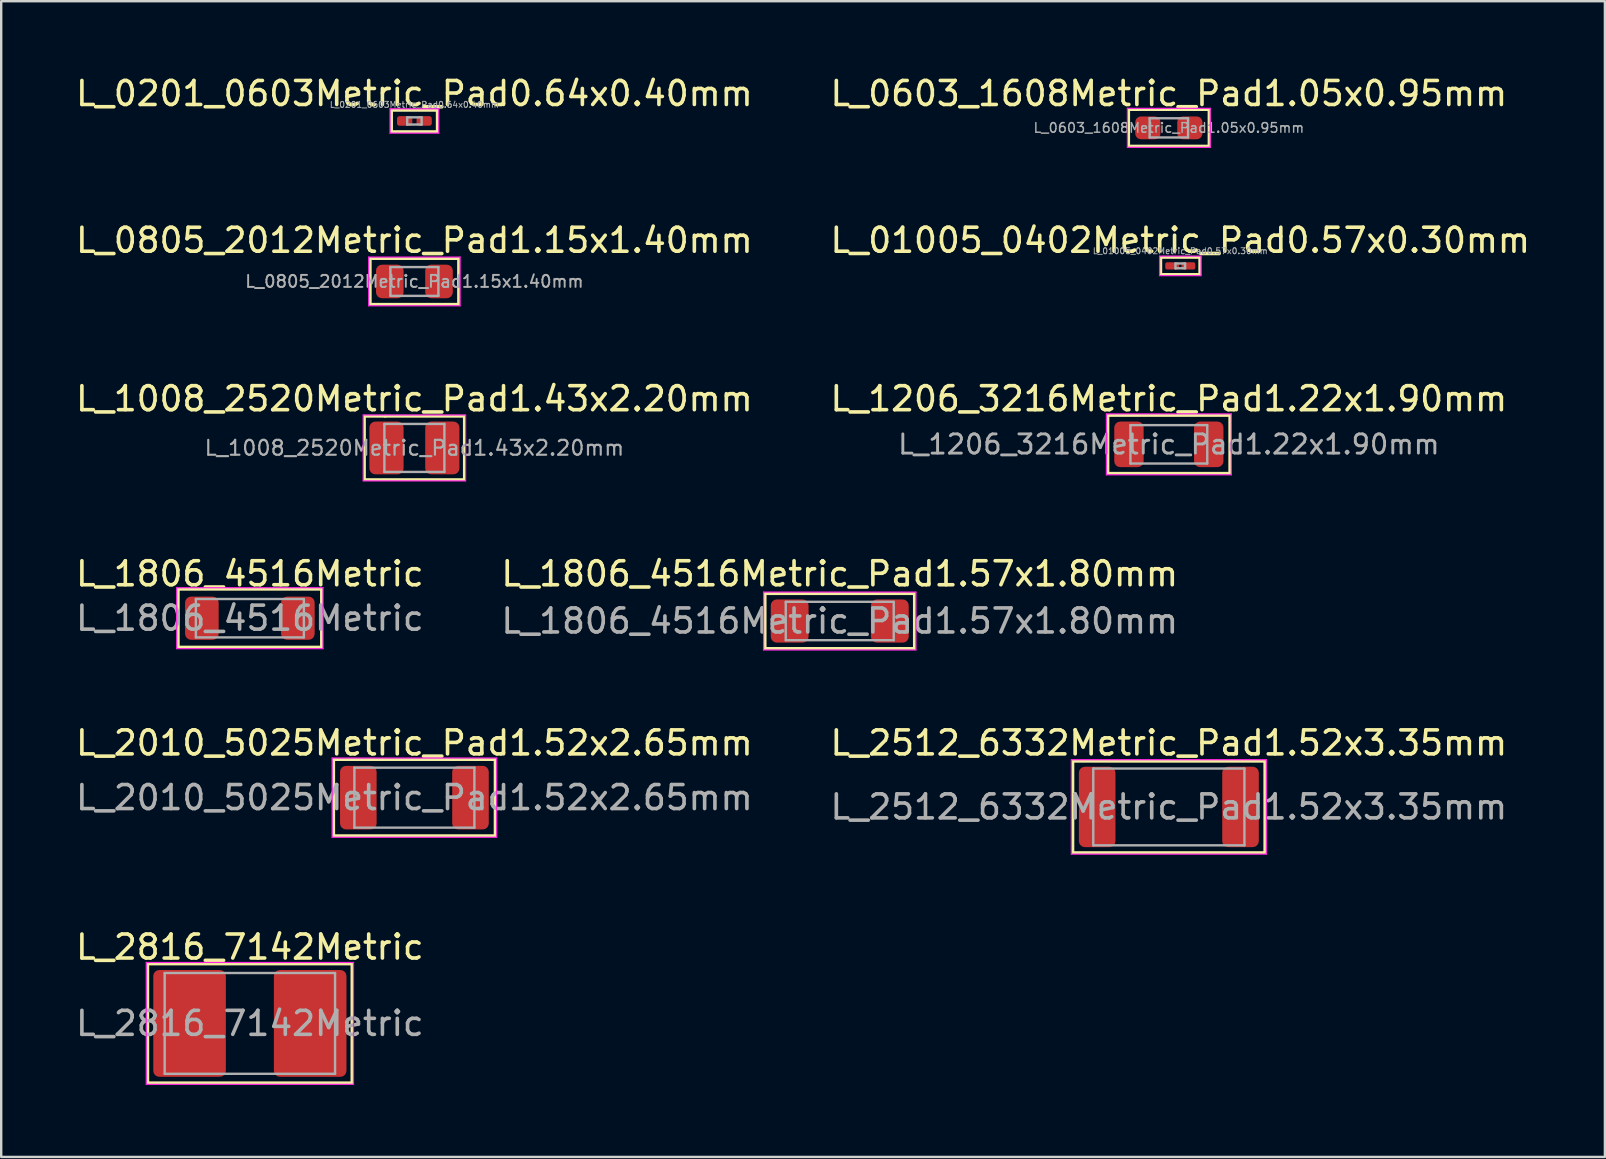
<source format=kicad_pcb>
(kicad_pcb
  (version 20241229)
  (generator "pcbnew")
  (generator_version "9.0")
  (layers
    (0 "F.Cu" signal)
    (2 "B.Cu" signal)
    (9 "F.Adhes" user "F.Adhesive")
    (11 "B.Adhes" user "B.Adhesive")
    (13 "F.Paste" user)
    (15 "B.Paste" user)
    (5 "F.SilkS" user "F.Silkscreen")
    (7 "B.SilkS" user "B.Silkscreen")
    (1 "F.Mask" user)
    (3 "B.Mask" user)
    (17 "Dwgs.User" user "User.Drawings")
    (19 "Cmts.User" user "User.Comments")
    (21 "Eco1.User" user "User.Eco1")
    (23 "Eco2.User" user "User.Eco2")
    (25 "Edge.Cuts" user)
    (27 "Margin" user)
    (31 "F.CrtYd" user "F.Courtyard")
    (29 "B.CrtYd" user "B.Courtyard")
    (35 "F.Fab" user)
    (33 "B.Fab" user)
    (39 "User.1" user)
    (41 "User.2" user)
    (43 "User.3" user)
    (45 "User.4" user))
  (footprint "L_2816_7142Metric"
    (layer "F.Cu")
    (at 7.363 39.6)
    (property "Reference" "L_2816_7142Metric" (at 0 -3.18 0) (layer "F.SilkS") (effects (font (size 1 1) (thickness 0.15))))
    (attr smd)
    (fp_line (start -4.255 -2.477) (end 4.255 -2.477) (stroke (width 0.12) (type solid)) (layer "F.SilkS"))
    (fp_line (start -4.255 2.477) (end -4.255 -2.477) (stroke (width 0.12) (type solid)) (layer "F.SilkS"))
    (fp_line (start 4.255 -2.477) (end 4.255 2.477) (stroke (width 0.12) (type solid)) (layer "F.SilkS"))
    (fp_line (start 4.255 2.477) (end -4.255 2.477) (stroke (width 0.12) (type solid)) (layer "F.SilkS"))
    (fp_line (start -4.318 -2.54) (end 4.318 -2.54) (stroke (width 0.05) (type solid)) (layer "F.CrtYd"))
    (fp_line (start -4.318 2.54) (end -4.318 -2.54) (stroke (width 0.05) (type solid)) (layer "F.CrtYd"))
    (fp_line (start 4.318 -2.54) (end 4.318 2.54) (stroke (width 0.05) (type solid)) (layer "F.CrtYd"))
    (fp_line (start 4.318 2.54) (end -4.318 2.54) (stroke (width 0.05) (type solid)) (layer "F.CrtYd"))
    (fp_line (start -3.55 -2.1) (end 3.55 -2.1) (stroke (width 0.1) (type solid)) (layer "F.Fab"))
    (fp_line (start -3.55 2.1) (end -3.55 -2.1) (stroke (width 0.1) (type solid)) (layer "F.Fab"))
    (fp_line (start 3.55 -2.1) (end 3.55 2.1) (stroke (width 0.1) (type solid)) (layer "F.Fab"))
    (fp_line (start 3.55 2.1) (end -3.55 2.1) (stroke (width 0.1) (type solid)) (layer "F.Fab"))
    (fp_text user "${REFERENCE}" (at 0 0 0) (layer "F.Fab") (effects (font (size 1 1) (thickness 0.15))))
    (pad "1" smd roundrect (at -2.513 0) (size 3.025 4.45) (layers "F.Cu" "F.Mask" "F.Paste") (roundrect_rratio 0.083))
    (pad "2" smd roundrect (at 2.513 0) (size 3.025 4.45) (layers "F.Cu" "F.Mask" "F.Paste") (roundrect_rratio 0.083)))
  (footprint "L_01005_0402Metric_Pad0.57x0.30mm"
    (layer "F.Cu")
    (at 46.137 8.031)
    (property "Reference" "L_01005_0402Metric_Pad0.57x0.30mm" (at 0 -1.067 0) (layer "F.SilkS") (effects (font (size 1 1) (thickness 0.15))))
    (attr smd)
    (fp_line (start -0.813 -0.356) (end 0.813 -0.356) (stroke (width 0.12) (type solid)) (layer "F.SilkS"))
    (fp_line (start -0.813 0.356) (end -0.813 -0.356) (stroke (width 0.12) (type solid)) (layer "F.SilkS"))
    (fp_line (start 0.813 -0.356) (end 0.813 0.356) (stroke (width 0.12) (type solid)) (layer "F.SilkS"))
    (fp_line (start 0.813 0.356) (end -0.813 0.356) (stroke (width 0.12) (type solid)) (layer "F.SilkS"))
    (fp_line (start -0.864 -0.406) (end 0.864 -0.406) (stroke (width 0.05) (type solid)) (layer "F.CrtYd"))
    (fp_line (start -0.864 0.406) (end -0.864 -0.406) (stroke (width 0.05) (type solid)) (layer "F.CrtYd"))
    (fp_line (start 0.864 -0.406) (end 0.864 0.406) (stroke (width 0.05) (type solid)) (layer "F.CrtYd"))
    (fp_line (start 0.864 0.406) (end -0.864 0.406) (stroke (width 0.05) (type solid)) (layer "F.CrtYd"))
    (fp_line (start -0.2 -0.1) (end 0.2 -0.1) (stroke (width 0.1) (type solid)) (layer "F.Fab"))
    (fp_line (start -0.2 0.1) (end -0.2 -0.1) (stroke (width 0.1) (type solid)) (layer "F.Fab"))
    (fp_line (start 0.2 -0.1) (end 0.2 0.1) (stroke (width 0.1) (type solid)) (layer "F.Fab"))
    (fp_line (start 0.2 0.1) (end -0.2 0.1) (stroke (width 0.1) (type solid)) (layer "F.Fab"))
    (fp_text user "${REFERENCE}" (at 0 -0.62 0) (layer "F.Fab") (effects (font (size 0.25 0.25) (thickness 0.04))))
    (pad "" smd roundrect (at -0.362 0) (size 0.41 0.27) (layers "F.Paste") (roundrect_rratio 0.25))
    (pad "" smd roundrect (at 0.362 0) (size 0.41 0.27) (layers "F.Paste") (roundrect_rratio 0.25))
    (pad "1" smd roundrect (at -0.338 0) (size 0.575 0.3) (layers "F.Cu" "F.Mask") (roundrect_rratio 0.25))
    (pad "2" smd roundrect (at 0.338 0) (size 0.575 0.3) (layers "F.Cu" "F.Mask") (roundrect_rratio 0.25)))
  (footprint "L_1806_4516Metric"
    (layer "F.Cu")
    (at 7.363 22.713)
    (property "Reference" "L_1806_4516Metric" (at 0 -1.85 0) (layer "F.SilkS") (effects (font (size 1 1) (thickness 0.15))))
    (attr smd)
    (fp_line (start -2.985 -1.206) (end 2.985 -1.206) (stroke (width 0.12) (type solid)) (layer "F.SilkS"))
    (fp_line (start -2.985 1.206) (end -2.985 -1.206) (stroke (width 0.12) (type solid)) (layer "F.SilkS"))
    (fp_line (start 2.985 -1.206) (end 2.985 1.206) (stroke (width 0.12) (type solid)) (layer "F.SilkS"))
    (fp_line (start 2.985 1.206) (end -2.985 1.206) (stroke (width 0.12) (type solid)) (layer "F.SilkS"))
    (fp_line (start -3.048 -1.27) (end 3.048 -1.27) (stroke (width 0.05) (type solid)) (layer "F.CrtYd"))
    (fp_line (start -3.048 1.27) (end -3.048 -1.27) (stroke (width 0.05) (type solid)) (layer "F.CrtYd"))
    (fp_line (start 3.048 -1.27) (end 3.048 1.27) (stroke (width 0.05) (type solid)) (layer "F.CrtYd"))
    (fp_line (start 3.048 1.27) (end -3.048 1.27) (stroke (width 0.05) (type solid)) (layer "F.CrtYd"))
    (fp_line (start -2.25 -0.8) (end 2.25 -0.8) (stroke (width 0.1) (type solid)) (layer "F.Fab"))
    (fp_line (start -2.25 0.8) (end -2.25 -0.8) (stroke (width 0.1) (type solid)) (layer "F.Fab"))
    (fp_line (start 2.25 -0.8) (end 2.25 0.8) (stroke (width 0.1) (type solid)) (layer "F.Fab"))
    (fp_line (start 2.25 0.8) (end -2.25 0.8) (stroke (width 0.1) (type solid)) (layer "F.Fab"))
    (fp_text user "${REFERENCE}" (at 0 0 0) (layer "F.Fab") (effects (font (size 1 1) (thickness 0.15))))
    (pad "1" smd roundrect (at -2 0) (size 1.4 1.8) (layers "F.Cu" "F.Mask" "F.Paste") (roundrect_rratio 0.179))
    (pad "2" smd roundrect (at 2 0) (size 1.4 1.8) (layers "F.Cu" "F.Mask" "F.Paste") (roundrect_rratio 0.179)))
  (footprint "L_1008_2520Metric_Pad1.43x2.20mm"
    (layer "F.Cu")
    (at 14.22 15.618)
    (property "Reference" "L_1008_2520Metric_Pad1.43x2.20mm" (at 0 -2.05 0) (layer "F.SilkS") (effects (font (size 1 1) (thickness 0.15))))
    (attr smd)
    (fp_line (start -2.083 -1.321) (end -1.219 -1.321) (stroke (width 0.12) (type solid)) (layer "F.SilkS"))
    (fp_line (start -2.083 1.321) (end -2.083 -1.321) (stroke (width 0.12) (type solid)) (layer "F.SilkS"))
    (fp_line (start -1.219 -1.321) (end 2.083 -1.321) (stroke (width 0.12) (type solid)) (layer "F.SilkS"))
    (fp_line (start 2.083 -1.321) (end 2.083 1.321) (stroke (width 0.12) (type solid)) (layer "F.SilkS"))
    (fp_line (start 2.083 1.321) (end -2.083 1.321) (stroke (width 0.12) (type solid)) (layer "F.SilkS"))
    (fp_line (start -2.134 -1.372) (end 2.134 -1.372) (stroke (width 0.05) (type solid)) (layer "F.CrtYd"))
    (fp_line (start -2.134 1.372) (end -2.134 -1.372) (stroke (width 0.05) (type solid)) (layer "F.CrtYd"))
    (fp_line (start 2.134 -1.372) (end 2.134 1.372) (stroke (width 0.05) (type solid)) (layer "F.CrtYd"))
    (fp_line (start 2.134 1.372) (end -2.134 1.372) (stroke (width 0.05) (type solid)) (layer "F.CrtYd"))
    (fp_line (start -1.25 -1) (end 1.25 -1) (stroke (width 0.1) (type solid)) (layer "F.Fab"))
    (fp_line (start -1.25 1) (end -1.25 -1) (stroke (width 0.1) (type solid)) (layer "F.Fab"))
    (fp_line (start 1.25 -1) (end 1.25 1) (stroke (width 0.1) (type solid)) (layer "F.Fab"))
    (fp_line (start 1.25 1) (end -1.25 1) (stroke (width 0.1) (type solid)) (layer "F.Fab"))
    (fp_text user "${REFERENCE}" (at 0 0 0) (layer "F.Fab") (effects (font (size 0.62 0.62) (thickness 0.09))))
    (pad "1" smd roundrect (at -1.163 0) (size 1.425 2.2) (layers "F.Cu" "F.Mask" "F.Paste") (roundrect_rratio 0.175))
    (pad "2" smd roundrect (at 1.163 0) (size 1.425 2.2) (layers "F.Cu" "F.Mask" "F.Paste") (roundrect_rratio 0.175)))
  (footprint "L_0603_1608Metric_Pad1.05x0.95mm"
    (layer "F.Cu")
    (at 45.661 2.278)
    (property "Reference" "L_0603_1608Metric_Pad1.05x0.95mm" (at 0 -1.43 0) (layer "F.SilkS") (effects (font (size 1 1) (thickness 0.15))))
    (attr smd)
    (fp_line (start -1.676 -0.762) (end 1.676 -0.762) (stroke (width 0.12) (type solid)) (layer "F.SilkS"))
    (fp_line (start -1.676 0.762) (end -1.676 -0.762) (stroke (width 0.12) (type solid)) (layer "F.SilkS"))
    (fp_line (start 1.676 -0.762) (end 1.676 0.762) (stroke (width 0.12) (type solid)) (layer "F.SilkS"))
    (fp_line (start 1.676 0.762) (end -1.676 0.762) (stroke (width 0.12) (type solid)) (layer "F.SilkS"))
    (fp_line (start -1.727 -0.813) (end 1.727 -0.813) (stroke (width 0.05) (type solid)) (layer "F.CrtYd"))
    (fp_line (start -1.727 0.813) (end -1.727 -0.813) (stroke (width 0.05) (type solid)) (layer "F.CrtYd"))
    (fp_line (start 1.727 -0.813) (end 1.727 0.813) (stroke (width 0.05) (type solid)) (layer "F.CrtYd"))
    (fp_line (start 1.727 0.813) (end -1.727 0.813) (stroke (width 0.05) (type solid)) (layer "F.CrtYd"))
    (fp_line (start -0.8 -0.4) (end 0.8 -0.4) (stroke (width 0.1) (type solid)) (layer "F.Fab"))
    (fp_line (start -0.8 0.4) (end -0.8 -0.4) (stroke (width 0.1) (type solid)) (layer "F.Fab"))
    (fp_line (start 0.8 -0.4) (end 0.8 0.4) (stroke (width 0.1) (type solid)) (layer "F.Fab"))
    (fp_line (start 0.8 0.4) (end -0.8 0.4) (stroke (width 0.1) (type solid)) (layer "F.Fab"))
    (fp_text user "${REFERENCE}" (at 0 0 0) (layer "F.Fab") (effects (font (size 0.4 0.4) (thickness 0.06))))
    (pad "1" smd roundrect (at -0.875 0) (size 1.05 0.95) (layers "F.Cu" "F.Mask" "F.Paste") (roundrect_rratio 0.25))
    (pad "2" smd roundrect (at 0.875 0) (size 1.05 0.95) (layers "F.Cu" "F.Mask" "F.Paste") (roundrect_rratio 0.25)))
  (footprint "L_1806_4516Metric_Pad1.57x1.80mm"
    (layer "F.Cu")
    (at 31.946 22.831)
    (property "Reference" "L_1806_4516Metric_Pad1.57x1.80mm" (at 0 -1.968 0) (layer "F.SilkS") (effects (font (size 1 1) (thickness 0.15))))
    (attr smd)
    (fp_line (start -3.111 -1.143) (end 3.111 -1.143) (stroke (width 0.12) (type solid)) (layer "F.SilkS"))
    (fp_line (start -3.111 1.143) (end -3.111 -1.143) (stroke (width 0.12) (type solid)) (layer "F.SilkS"))
    (fp_line (start 3.111 -1.143) (end 3.111 1.143) (stroke (width 0.12) (type solid)) (layer "F.SilkS"))
    (fp_line (start 3.111 1.143) (end -3.111 1.143) (stroke (width 0.12) (type solid)) (layer "F.SilkS"))
    (fp_line (start -3.175 -1.206) (end 3.175 -1.206) (stroke (width 0.05) (type solid)) (layer "F.CrtYd"))
    (fp_line (start -3.175 1.206) (end -3.175 -1.206) (stroke (width 0.05) (type solid)) (layer "F.CrtYd"))
    (fp_line (start 3.175 -1.206) (end 3.175 1.206) (stroke (width 0.05) (type solid)) (layer "F.CrtYd"))
    (fp_line (start 3.175 1.206) (end -3.175 1.206) (stroke (width 0.05) (type solid)) (layer "F.CrtYd"))
    (fp_line (start -2.25 -0.8) (end 2.25 -0.8) (stroke (width 0.1) (type solid)) (layer "F.Fab"))
    (fp_line (start -2.25 0.8) (end -2.25 -0.8) (stroke (width 0.1) (type solid)) (layer "F.Fab"))
    (fp_line (start 2.25 -0.8) (end 2.25 0.8) (stroke (width 0.1) (type solid)) (layer "F.Fab"))
    (fp_line (start 2.25 0.8) (end -2.25 0.8) (stroke (width 0.1) (type solid)) (layer "F.Fab"))
    (fp_text user "${REFERENCE}" (at 0 0 0) (layer "F.Fab") (effects (font (size 1 1) (thickness 0.15))))
    (pad "1" smd roundrect (at -2.087 0) (size 1.575 1.8) (layers "F.Cu" "F.Mask" "F.Paste") (roundrect_rratio 0.159))
    (pad "2" smd roundrect (at 2.087 0) (size 1.575 1.8) (layers "F.Cu" "F.Mask" "F.Paste") (roundrect_rratio 0.159)))
  (footprint "L_0201_0603Metric_Pad0.64x0.40mm"
    (layer "F.Cu")
    (at 14.22 1.991)
    (property "Reference" "L_0201_0603Metric_Pad0.64x0.40mm" (at 0 -1.143 0) (layer "F.SilkS") (effects (font (size 1 1) (thickness 0.15))))
    (attr smd)
    (fp_line (start -0.953 -0.445) (end 0.953 -0.445) (stroke (width 0.12) (type solid)) (layer "F.SilkS"))
    (fp_line (start -0.953 0.445) (end -0.953 -0.445) (stroke (width 0.12) (type solid)) (layer "F.SilkS"))
    (fp_line (start 0.953 -0.445) (end 0.953 0.445) (stroke (width 0.12) (type solid)) (layer "F.SilkS"))
    (fp_line (start 0.953 0.445) (end -0.953 0.445) (stroke (width 0.12) (type solid)) (layer "F.SilkS"))
    (fp_line (start -1.016 -0.508) (end 1.016 -0.508) (stroke (width 0.05) (type solid)) (layer "F.CrtYd"))
    (fp_line (start -1.016 0.508) (end -1.016 -0.508) (stroke (width 0.05) (type solid)) (layer "F.CrtYd"))
    (fp_line (start 1.016 -0.508) (end 1.016 0.508) (stroke (width 0.05) (type solid)) (layer "F.CrtYd"))
    (fp_line (start 1.016 0.508) (end -1.016 0.508) (stroke (width 0.05) (type solid)) (layer "F.CrtYd"))
    (fp_line (start -0.3 -0.15) (end 0.3 -0.15) (stroke (width 0.1) (type solid)) (layer "F.Fab"))
    (fp_line (start -0.3 0.15) (end -0.3 -0.15) (stroke (width 0.1) (type solid)) (layer "F.Fab"))
    (fp_line (start 0.3 -0.15) (end 0.3 0.15) (stroke (width 0.1) (type solid)) (layer "F.Fab"))
    (fp_line (start 0.3 0.15) (end -0.3 0.15) (stroke (width 0.1) (type solid)) (layer "F.Fab"))
    (fp_text user "${REFERENCE}" (at 0 -0.68 0) (layer "F.Fab") (effects (font (size 0.25 0.25) (thickness 0.04))))
    (pad "" smd roundrect (at -0.432 0) (size 0.458 0.36) (layers "F.Paste") (roundrect_rratio 0.25))
    (pad "" smd roundrect (at 0.432 0) (size 0.458 0.36) (layers "F.Paste") (roundrect_rratio 0.25))
    (pad "1" smd roundrect (at -0.407 0) (size 0.635 0.4) (layers "F.Cu" "F.Mask") (roundrect_rratio 0.25))
    (pad "2" smd roundrect (at 0.407 0) (size 0.635 0.4) (layers "F.Cu" "F.Mask") (roundrect_rratio 0.25)))
  (footprint "L_2512_6332Metric_Pad1.52x3.35mm"
    (layer "F.Cu")
    (at 45.661 30.578)
    (property "Reference" "L_2512_6332Metric_Pad1.52x3.35mm" (at 0 -2.667 0) (layer "F.SilkS") (effects (font (size 1 1) (thickness 0.15))))
    (attr smd)
    (fp_line (start -4 -1.905) (end 4 -1.905) (stroke (width 0.12) (type solid)) (layer "F.SilkS"))
    (fp_line (start -4 1.905) (end -4 -1.905) (stroke (width 0.12) (type solid)) (layer "F.SilkS"))
    (fp_line (start 4 -1.905) (end 4 1.905) (stroke (width 0.12) (type solid)) (layer "F.SilkS"))
    (fp_line (start 4 1.905) (end -4 1.905) (stroke (width 0.12) (type solid)) (layer "F.SilkS"))
    (fp_line (start -4.064 -1.968) (end 4.064 -1.968) (stroke (width 0.05) (type solid)) (layer "F.CrtYd"))
    (fp_line (start -4.064 1.968) (end -4.064 -1.968) (stroke (width 0.05) (type solid)) (layer "F.CrtYd"))
    (fp_line (start 4.064 -1.968) (end 4.064 1.968) (stroke (width 0.05) (type solid)) (layer "F.CrtYd"))
    (fp_line (start 4.064 1.968) (end -4.064 1.968) (stroke (width 0.05) (type solid)) (layer "F.CrtYd"))
    (fp_line (start -3.15 -1.6) (end 3.15 -1.6) (stroke (width 0.1) (type solid)) (layer "F.Fab"))
    (fp_line (start -3.15 1.6) (end -3.15 -1.6) (stroke (width 0.1) (type solid)) (layer "F.Fab"))
    (fp_line (start 3.15 -1.6) (end 3.15 1.6) (stroke (width 0.1) (type solid)) (layer "F.Fab"))
    (fp_line (start 3.15 1.6) (end -3.15 1.6) (stroke (width 0.1) (type solid)) (layer "F.Fab"))
    (fp_text user "${REFERENCE}" (at 0 0 0) (layer "F.Fab") (effects (font (size 1 1) (thickness 0.15))))
    (pad "1" smd roundrect (at -2.987 0) (size 1.525 3.35) (layers "F.Cu" "F.Mask" "F.Paste") (roundrect_rratio 0.164))
    (pad "2" smd roundrect (at 2.987 0) (size 1.525 3.35) (layers "F.Cu" "F.Mask" "F.Paste") (roundrect_rratio 0.164)))
  (footprint "L_0805_2012Metric_Pad1.15x1.40mm"
    (layer "F.Cu")
    (at 14.22 8.679)
    (property "Reference" "L_0805_2012Metric_Pad1.15x1.40mm" (at 0 -1.714 0) (layer "F.SilkS") (effects (font (size 1 1) (thickness 0.15))))
    (attr smd)
    (fp_line (start -1.841 -0.953) (end 1.841 -0.953) (stroke (width 0.12) (type solid)) (layer "F.SilkS"))
    (fp_line (start -1.841 0.953) (end -1.841 -0.953) (stroke (width 0.12) (type solid)) (layer "F.SilkS"))
    (fp_line (start 1.841 -0.953) (end 1.841 0.953) (stroke (width 0.12) (type solid)) (layer "F.SilkS"))
    (fp_line (start 1.841 0.953) (end -1.841 0.953) (stroke (width 0.12) (type solid)) (layer "F.SilkS"))
    (fp_line (start -1.905 -1.016) (end 1.905 -1.016) (stroke (width 0.05) (type solid)) (layer "F.CrtYd"))
    (fp_line (start -1.905 1.016) (end -1.905 -1.016) (stroke (width 0.05) (type solid)) (layer "F.CrtYd"))
    (fp_line (start 1.905 -1.016) (end 1.905 1.016) (stroke (width 0.05) (type solid)) (layer "F.CrtYd"))
    (fp_line (start 1.905 1.016) (end -1.905 1.016) (stroke (width 0.05) (type solid)) (layer "F.CrtYd"))
    (fp_line (start -1 -0.6) (end 1 -0.6) (stroke (width 0.1) (type solid)) (layer "F.Fab"))
    (fp_line (start -1 0.6) (end -1 -0.6) (stroke (width 0.1) (type solid)) (layer "F.Fab"))
    (fp_line (start 1 -0.6) (end 1 0.6) (stroke (width 0.1) (type solid)) (layer "F.Fab"))
    (fp_line (start 1 0.6) (end -1 0.6) (stroke (width 0.1) (type solid)) (layer "F.Fab"))
    (fp_text user "${REFERENCE}" (at 0 0 0) (layer "F.Fab") (effects (font (size 0.5 0.5) (thickness 0.08))))
    (pad "1" smd roundrect (at -1.025 0) (size 1.15 1.4) (layers "F.Cu" "F.Mask" "F.Paste") (roundrect_rratio 0.217))
    (pad "2" smd roundrect (at 1.025 0) (size 1.15 1.4) (layers "F.Cu" "F.Mask" "F.Paste") (roundrect_rratio 0.217)))
  (footprint "L_2010_5025Metric_Pad1.52x2.65mm"
    (layer "F.Cu")
    (at 14.22 30.191)
    (property "Reference" "L_2010_5025Metric_Pad1.52x2.65mm" (at 0 -2.28 0) (layer "F.SilkS") (effects (font (size 1 1) (thickness 0.15))))
    (attr smd)
    (fp_line (start -3.365 -1.587) (end 3.365 -1.587) (stroke (width 0.12) (type solid)) (layer "F.SilkS"))
    (fp_line (start -3.365 1.587) (end -3.365 -1.587) (stroke (width 0.12) (type solid)) (layer "F.SilkS"))
    (fp_line (start 3.365 -1.587) (end 3.365 1.587) (stroke (width 0.12) (type solid)) (layer "F.SilkS"))
    (fp_line (start 3.365 1.587) (end -3.365 1.587) (stroke (width 0.12) (type solid)) (layer "F.SilkS"))
    (fp_line (start -3.429 -1.651) (end 3.429 -1.651) (stroke (width 0.05) (type solid)) (layer "F.CrtYd"))
    (fp_line (start -3.429 1.651) (end -3.429 -1.651) (stroke (width 0.05) (type solid)) (layer "F.CrtYd"))
    (fp_line (start 3.429 -1.651) (end 3.429 1.651) (stroke (width 0.05) (type solid)) (layer "F.CrtYd"))
    (fp_line (start 3.429 1.651) (end -3.429 1.651) (stroke (width 0.05) (type solid)) (layer "F.CrtYd"))
    (fp_line (start -2.5 -1.25) (end 2.5 -1.25) (stroke (width 0.1) (type solid)) (layer "F.Fab"))
    (fp_line (start -2.5 1.25) (end -2.5 -1.25) (stroke (width 0.1) (type solid)) (layer "F.Fab"))
    (fp_line (start 2.5 -1.25) (end 2.5 1.25) (stroke (width 0.1) (type solid)) (layer "F.Fab"))
    (fp_line (start 2.5 1.25) (end -2.5 1.25) (stroke (width 0.1) (type solid)) (layer "F.Fab"))
    (fp_text user "${REFERENCE}" (at 0 0 0) (layer "F.Fab") (effects (font (size 1 1) (thickness 0.15))))
    (pad "1" smd roundrect (at -2.337 0) (size 1.525 2.65) (layers "F.Cu" "F.Mask" "F.Paste") (roundrect_rratio 0.164))
    (pad "2" smd roundrect (at 2.337 0) (size 1.525 2.65) (layers "F.Cu" "F.Mask" "F.Paste") (roundrect_rratio 0.164)))
  (footprint "L_1206_3216Metric_Pad1.22x1.90mm"
    (layer "F.Cu")
    (at 45.661 15.468)
    (property "Reference" "L_1206_3216Metric_Pad1.22x1.90mm" (at 0 -1.9 0) (layer "F.SilkS") (effects (font (size 1 1) (thickness 0.15))))
    (attr smd)
    (fp_line (start -2.54 -1.206) (end 2.54 -1.206) (stroke (width 0.12) (type solid)) (layer "F.SilkS"))
    (fp_line (start -2.54 1.206) (end -2.54 -1.206) (stroke (width 0.12) (type solid)) (layer "F.SilkS"))
    (fp_line (start 2.54 -1.206) (end 2.54 1.206) (stroke (width 0.12) (type solid)) (layer "F.SilkS"))
    (fp_line (start 2.54 1.206) (end -2.54 1.206) (stroke (width 0.12) (type solid)) (layer "F.SilkS"))
    (fp_line (start -2.603 -1.27) (end 2.603 -1.27) (stroke (width 0.05) (type solid)) (layer "F.CrtYd"))
    (fp_line (start -2.603 1.27) (end -2.603 -1.27) (stroke (width 0.05) (type solid)) (layer "F.CrtYd"))
    (fp_line (start 2.603 -1.27) (end 2.603 1.27) (stroke (width 0.05) (type solid)) (layer "F.CrtYd"))
    (fp_line (start 2.603 1.27) (end -2.603 1.27) (stroke (width 0.05) (type solid)) (layer "F.CrtYd"))
    (fp_line (start -1.6 -0.8) (end 1.6 -0.8) (stroke (width 0.1) (type solid)) (layer "F.Fab"))
    (fp_line (start -1.6 0.8) (end -1.6 -0.8) (stroke (width 0.1) (type solid)) (layer "F.Fab"))
    (fp_line (start 1.6 -0.8) (end 1.6 0.8) (stroke (width 0.1) (type solid)) (layer "F.Fab"))
    (fp_line (start 1.6 0.8) (end -1.6 0.8) (stroke (width 0.1) (type solid)) (layer "F.Fab"))
    (fp_text user "${REFERENCE}" (at 0 0 0) (layer "F.Fab") (effects (font (size 0.8 0.8) (thickness 0.12))))
    (pad "1" smd roundrect (at -1.663 0) (size 1.225 1.9) (layers "F.Cu" "F.Mask" "F.Paste") (roundrect_rratio 0.204))
    (pad "2" smd roundrect (at 1.663 0) (size 1.225 1.9) (layers "F.Cu" "F.Mask" "F.Paste") (roundrect_rratio 0.204)))
  (gr_rect
    (start -3 -3)
    (end 63.833 45.165)
    (stroke (width 0.1) (type default))
    (fill no)
    (layer "Edge.Cuts")))
</source>
